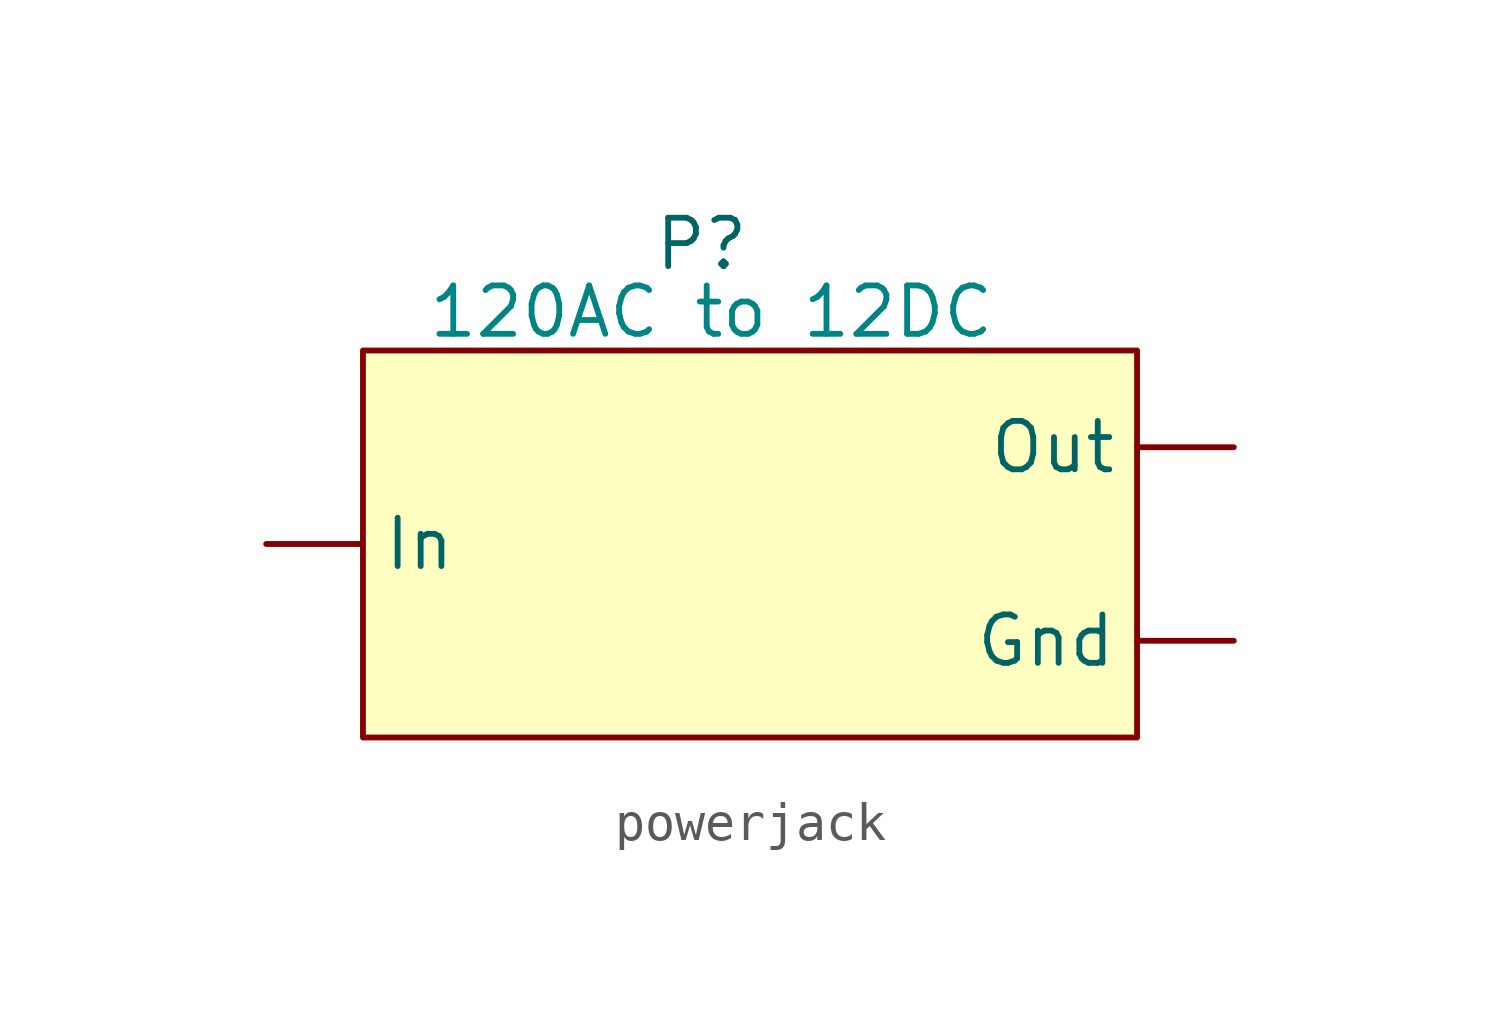
<source format=kicad_sym>
(kicad_symbol_lib
  (version 20231120)
  (generator "kicad_symbol_editor")
  (generator_version "8.0")
  (symbol "powerjack"
    (property "Reference" "P"
      (at 0 1.524 0)
      (effects (font (size 1.27 1.27))))
    (property "Value" ""
      (at 0 0 0)
      (effects (font (size 1.27 1.27))))
    (symbol "powerjack_1_1"
      (rectangle (start -8.89 -1.27) (end 11.43 -11.43) (stroke (width 0) (type default)) (fill (type background)))
      (text "120AC to 12DC" (at 0.254 -0.254 0) (effects (font (size 1.27 1.27) (color 0 132 132 1))))
      (pin input line (at 13.97 -8.89 180) (length 2.54) (name "Gnd" (effects (font (size 1.27 1.27)))) (number "" (effects (font (size 1.27 1.27)))))
      (pin input line (at -11.43 -6.35 0) (length 2.54) (name "In" (effects (font (size 1.27 1.27)))) (number "" (effects (font (size 1.27 1.27)))))
      (pin output line (at 13.97 -3.81 180) (length 2.54) (name "Out" (effects (font (size 1.27 1.27)))) (number "" (effects (font (size 1.27 1.27))))))))
</source>
